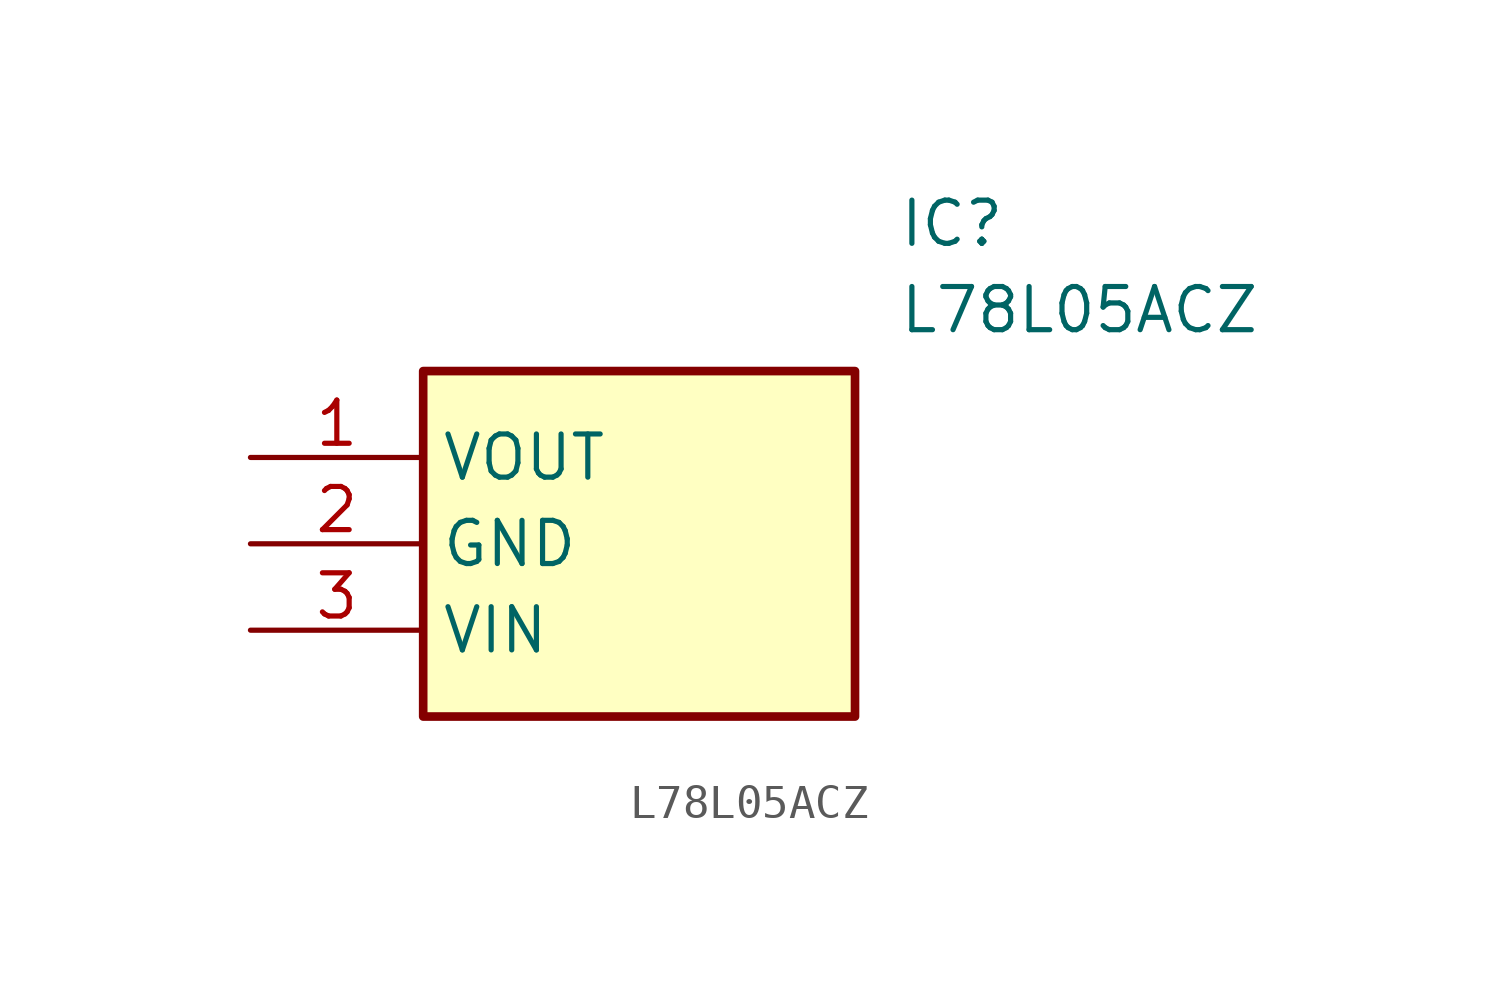
<source format=kicad_sym>
(kicad_symbol_lib
  (version 20211014)
  (generator SamacSys_ECAD_Model)
  (symbol "L78L05ACZ"
    (property "Reference" "IC"
      (at 19.05 7.62 0)
      (effects (font (size 1.27 1.27)) (justify left top)))
    (property "Value" "L78L05ACZ"
      (at 19.05 5.08 0)
      (effects (font (size 1.27 1.27)) (justify left top)))
    (rectangle
      (start 5.08 2.54)
      (end 17.78 -7.62)
      (stroke (width 0.254) (type default))
      (fill (type background)))
    (pin passive line
      (at 0 0 0)
      (length 5.08)
      (name "VOUT" (effects (font (size 1.27 1.27))))
      (number "1" (effects (font (size 1.27 1.27)))))
    (pin passive line
      (at 0 -2.54 0)
      (length 5.08)
      (name "GND" (effects (font (size 1.27 1.27))))
      (number "2" (effects (font (size 1.27 1.27)))))
    (pin passive line
      (at 0 -5.08 0)
      (length 5.08)
      (name "VIN" (effects (font (size 1.27 1.27))))
      (number "3" (effects (font (size 1.27 1.27)))))))
</source>
